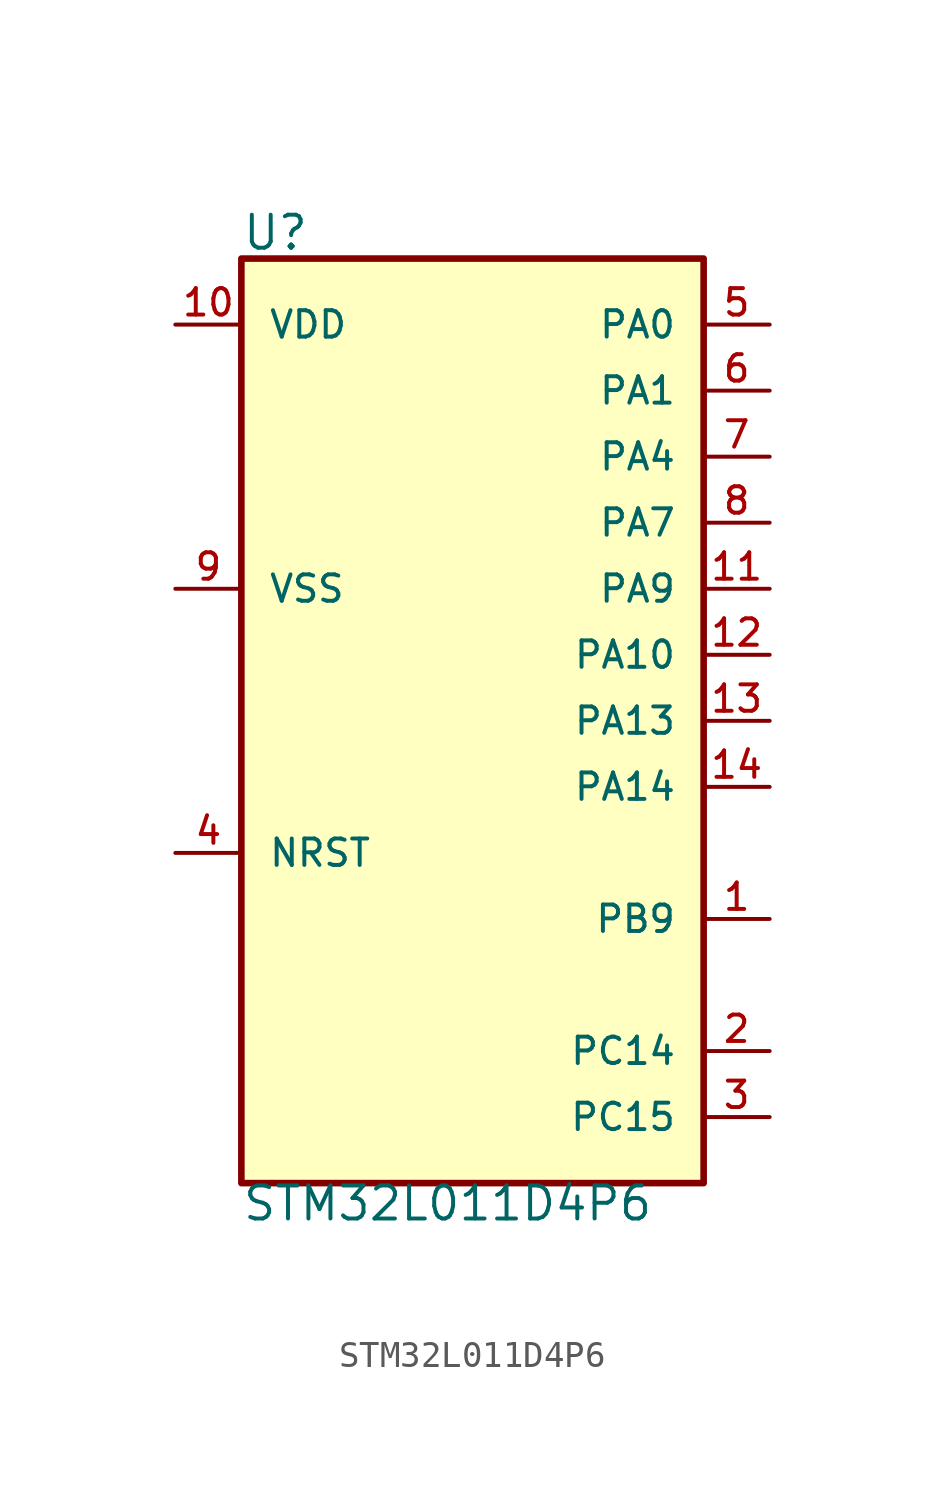
<source format=kicad_sym>
(kicad_symbol_lib
  (version 20211014)
  (generator kicad_symbol_editor)
  (symbol "STM32L011D4P6"
    (pin_names
      (offset 1.016))
    (property "Reference" "U"
      (at 0.0 35.814 0)
      (effects (font (size 1.27 1.27)) (justify bottom left)))
    (property "Value" "STM32L011D4P6"
      (at 0.0 -1.524 0)
      (effects (font (size 1.27 1.27)) (justify bottom left)))
    (symbol "STM32L011D4P6_0_0"
      (rectangle (start 0.0 0.0) (end 17.78 35.56) (stroke (width 0.254)) (fill (type background)))
      (pin bidirectional line (at 20.32 33.02 180.0) (length 2.54) (name "PA0" (effects (font (size 1.016 1.016)))) (number "5" (effects (font (size 1.016 1.016)))))
      (pin bidirectional line (at 20.32 30.48 180.0) (length 2.54) (name "PA1" (effects (font (size 1.016 1.016)))) (number "6" (effects (font (size 1.016 1.016)))))
      (pin bidirectional line (at 20.32 27.94 180.0) (length 2.54) (name "PA4" (effects (font (size 1.016 1.016)))) (number "7" (effects (font (size 1.016 1.016)))))
      (pin bidirectional line (at 20.32 25.4 180.0) (length 2.54) (name "PA7" (effects (font (size 1.016 1.016)))) (number "8" (effects (font (size 1.016 1.016)))))
      (pin bidirectional line (at 20.32 22.86 180.0) (length 2.54) (name "PA9" (effects (font (size 1.016 1.016)))) (number "11" (effects (font (size 1.016 1.016)))))
      (pin bidirectional line (at 20.32 20.32 180.0) (length 2.54) (name "PA10" (effects (font (size 1.016 1.016)))) (number "12" (effects (font (size 1.016 1.016)))))
      (pin bidirectional line (at 20.32 17.78 180.0) (length 2.54) (name "PA13" (effects (font (size 1.016 1.016)))) (number "13" (effects (font (size 1.016 1.016)))))
      (pin bidirectional line (at 20.32 15.24 180.0) (length 2.54) (name "PA14" (effects (font (size 1.016 1.016)))) (number "14" (effects (font (size 1.016 1.016)))))
      (pin bidirectional line (at 20.32 10.16 180.0) (length 2.54) (name "PB9" (effects (font (size 1.016 1.016)))) (number "1" (effects (font (size 1.016 1.016)))))
      (pin bidirectional line (at 20.32 5.08 180.0) (length 2.54) (name "PC14" (effects (font (size 1.016 1.016)))) (number "2" (effects (font (size 1.016 1.016)))))
      (pin bidirectional line (at 20.32 2.54 180.0) (length 2.54) (name "PC15" (effects (font (size 1.016 1.016)))) (number "3" (effects (font (size 1.016 1.016)))))
      (pin power_in line (at -2.54 33.02 0) (length 2.54) (name "VDD" (effects (font (size 1.016 1.016)))) (number "10" (effects (font (size 1.016 1.016)))))
      (pin power_in line (at -2.54 22.86 0) (length 2.54) (name "VSS" (effects (font (size 1.016 1.016)))) (number "9" (effects (font (size 1.016 1.016)))))
      (pin input line (at -2.54 12.7 0) (length 2.54) (name "NRST" (effects (font (size 1.016 1.016)))) (number "4" (effects (font (size 1.016 1.016))))))))
</source>
